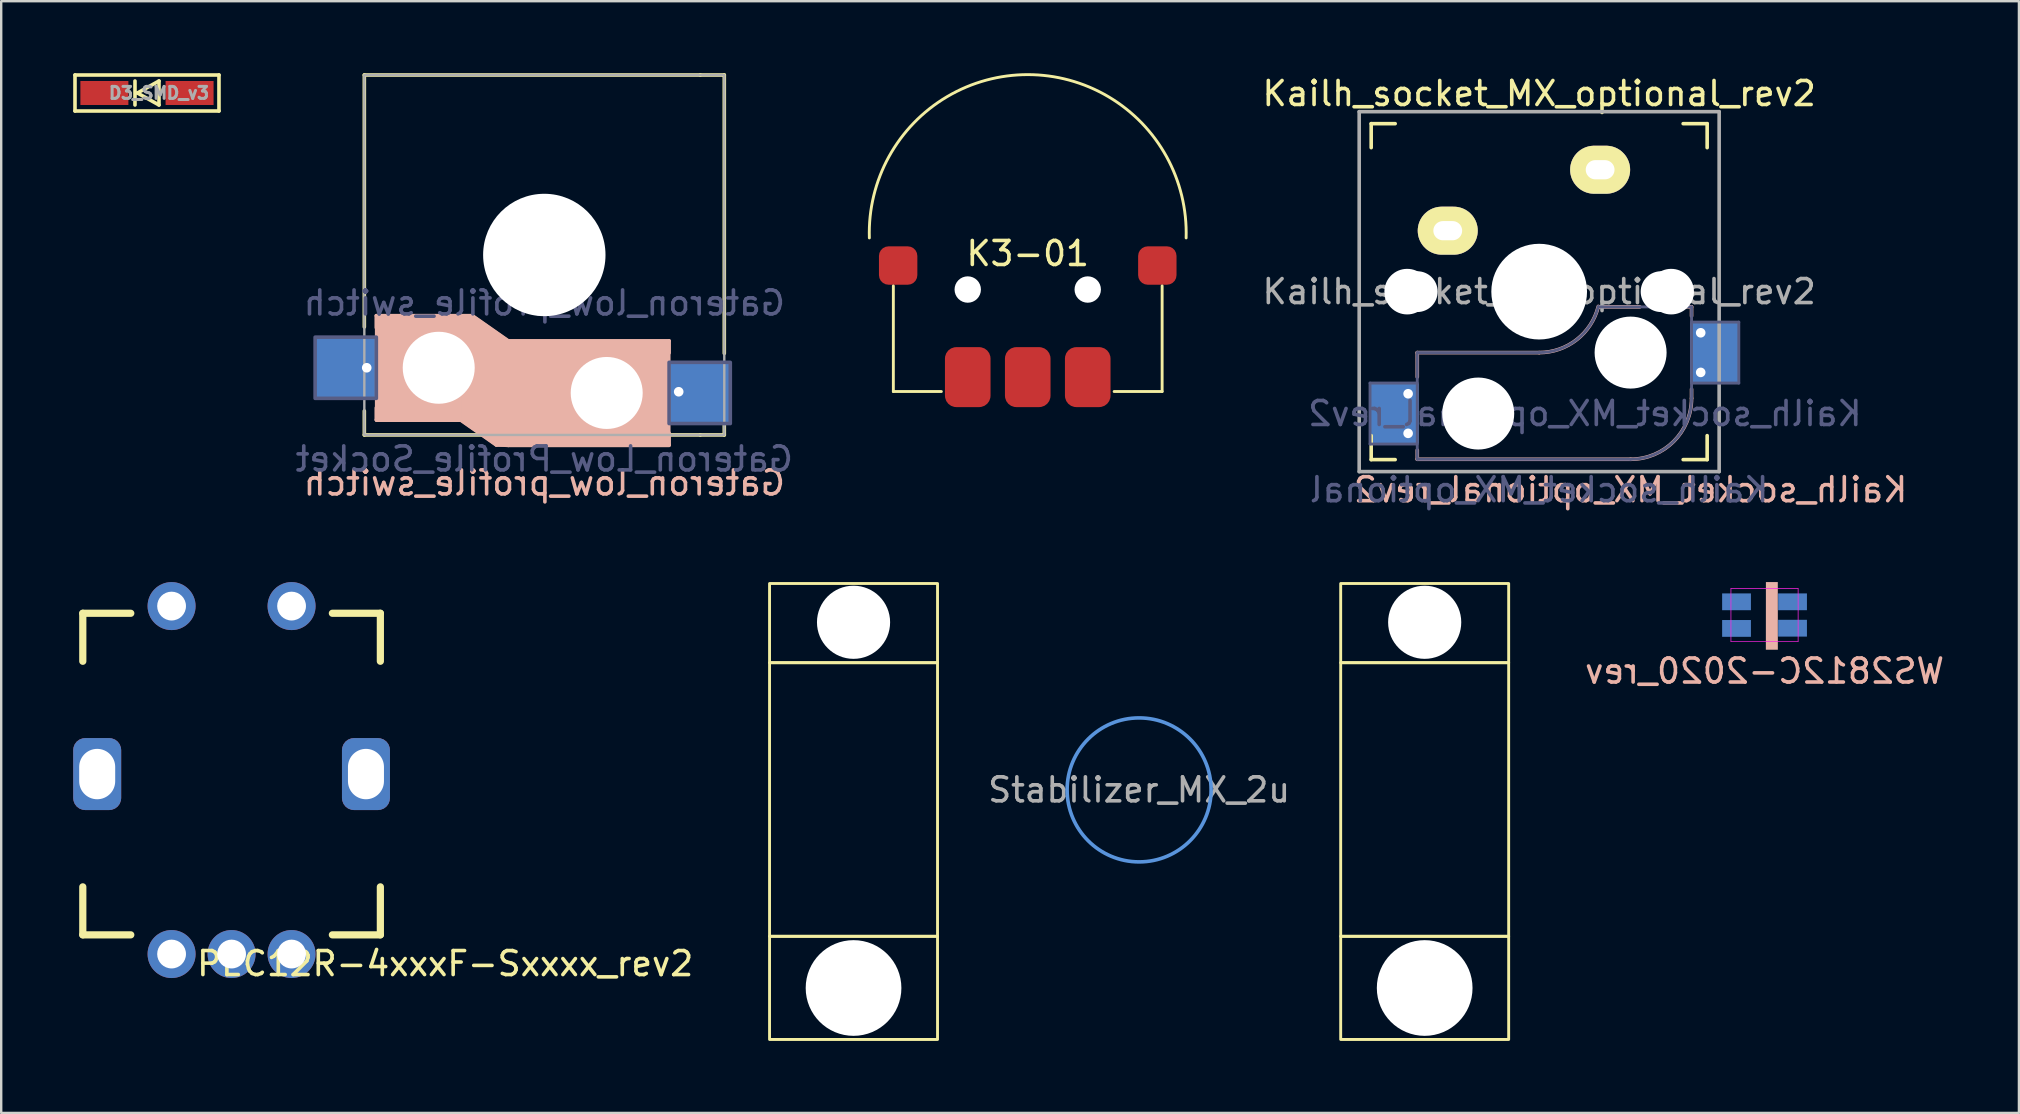
<source format=kicad_pcb>
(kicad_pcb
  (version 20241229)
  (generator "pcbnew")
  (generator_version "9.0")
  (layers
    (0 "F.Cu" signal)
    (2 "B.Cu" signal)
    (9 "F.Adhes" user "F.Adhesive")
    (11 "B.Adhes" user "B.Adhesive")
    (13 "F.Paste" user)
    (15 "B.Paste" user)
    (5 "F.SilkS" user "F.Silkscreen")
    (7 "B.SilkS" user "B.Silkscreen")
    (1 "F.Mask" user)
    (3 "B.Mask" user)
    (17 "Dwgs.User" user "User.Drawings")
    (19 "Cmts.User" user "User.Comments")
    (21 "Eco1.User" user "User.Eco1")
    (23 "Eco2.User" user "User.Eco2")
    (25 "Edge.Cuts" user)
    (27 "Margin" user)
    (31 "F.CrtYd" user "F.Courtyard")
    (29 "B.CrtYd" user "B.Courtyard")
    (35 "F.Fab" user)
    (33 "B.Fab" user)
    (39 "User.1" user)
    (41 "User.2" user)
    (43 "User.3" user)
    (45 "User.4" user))
  (footprint "Stabilizer_MX_2u"
    (layer "F.Cu")
    (at 44.418 29.866)
    (property "Reference" "Stabilizer_MX_2u" (at 0 0 0) (layer "F.Fab") (effects (font (size 1 1) (thickness 0.15))))
    (attr through_hole)
    (fp_rect (start -15.4 -5.3) (end -8.4 -8.6) (stroke (width 0.12) (type solid)) (fill no) (layer "F.SilkS"))
    (fp_rect (start -15.4 6.1) (end -8.4 10.4) (stroke (width 0.12) (type solid)) (fill no) (layer "F.SilkS"))
    (fp_rect (start -8.4 -5.3) (end -15.4 6.1) (stroke (width 0.12) (type solid)) (fill no) (layer "F.SilkS"))
    (fp_rect (start 8.4 6.1) (end 15.4 -5.3) (stroke (width 0.12) (type solid)) (fill no) (layer "F.SilkS"))
    (fp_rect (start 8.4 6.1) (end 15.4 10.4) (stroke (width 0.12) (type solid)) (fill no) (layer "F.SilkS"))
    (fp_rect (start 15.4 -5.3) (end 8.4 -8.6) (stroke (width 0.12) (type solid)) (fill no) (layer "F.SilkS"))
    (fp_circle (center 0 0) (end 3 0) (stroke (width 0.15) (type solid)) (fill no) (layer "Cmts.User"))
    (pad "" np_thru_hole circle (at -11.9 -6.985) (size 3.048 3.048) (drill 3.048) (layers "*.Cu" "*.Mask"))
    (pad "" np_thru_hole circle (at -11.9 8.255) (size 3.988 3.988) (drill 3.988) (layers "*.Cu" "*.Mask"))
    (pad "" np_thru_hole circle (at 11.9 -6.985) (size 3.048 3.048) (drill 3.048) (layers "*.Cu" "*.Mask"))
    (pad "" np_thru_hole circle (at 11.9 8.255) (size 3.988 3.988) (drill 3.988) (layers "*.Cu" "*.Mask")))
  (footprint "K3-01"
    (layer "F.Cu")
    (at 39.777 12.665)
    (property "Reference" "K3-01" (at 0 -5.15 0) (unlocked yes) (layer "F.SilkS") (effects (font (size 1 1) (thickness 0.15))))
    (attr smd)
    (fp_line (start -5.6 0.6) (end -5.6 -3.8) (stroke (width 0.12) (type solid)) (layer "F.SilkS"))
    (fp_line (start -5.6 0.6) (end -3.6 0.6) (stroke (width 0.12) (type solid)) (layer "F.SilkS"))
    (fp_line (start 5.6 0.6) (end 3.6 0.6) (stroke (width 0.12) (type solid)) (layer "F.SilkS"))
    (fp_line (start 5.6 0.6) (end 5.6 -3.8) (stroke (width 0.12) (type solid)) (layer "F.SilkS"))
    (fp_arc (start -6.599999 -5.8) (mid 0 -12.604727) (end 6.599999 -5.8) (stroke (width 0.12) (type solid)) (layer "F.SilkS"))
    (pad "" smd roundrect (at -5.4 -4.65) (size 1.6 1.6) (layers "F.Cu" "F.Mask" "F.Paste") (roundrect_rratio 0.25))
    (pad "" np_thru_hole circle (at -2.5 -3.65) (size 1.1 1.1) (drill 1.1) (layers "*.Cu" "*.Mask"))
    (pad "" np_thru_hole circle (at 2.5 -3.65) (size 1.1 1.1) (drill 1.1) (layers "*.Cu" "*.Mask"))
    (pad "a" smd roundrect (at 5.4 -4.65) (size 1.6 1.6) (layers "F.Cu" "F.Mask" "F.Paste") (roundrect_rratio 0.25))
    (pad "b" smd roundrect (at 2.5 0) (size 1.9 2.5) (layers "F.Cu" "F.Mask" "F.Paste") (roundrect_rratio 0.25))
    (pad "c" smd roundrect (at 0 0) (size 1.9 2.5) (layers "F.Cu" "F.Mask" "F.Paste") (roundrect_rratio 0.25))
    (pad "d" smd roundrect (at -2.5 0) (size 1.9 2.5) (layers "F.Cu" "F.Mask" "F.Paste") (roundrect_rratio 0.25)))
  (footprint "Kailh_socket_MX_optional_rev2"
    (layer "F.Cu")
    (at 61.089 9.103)
    (property "Reference" "Kailh_socket_MX_optional_rev2" (at 0 -8.255 0) (layer "F.SilkS") (effects (font (size 1 1) (thickness 0.15))))
    (property "Value" "Kailh_socket_MX_optional" (at 0 8.255 0) (layer "F.Fab") (hide yes) (effects (font (size 1 1) (thickness 0.15))))
    (attr through_hole)
    (fp_line (start -7 -6) (end -7 -7) (stroke (width 0.15) (type solid)) (layer "F.SilkS"))
    (fp_line (start -7 7) (end -7 6) (stroke (width 0.15) (type solid)) (layer "F.SilkS"))
    (fp_line (start -7 7) (end -6 7) (stroke (width 0.15) (type solid)) (layer "F.SilkS"))
    (fp_line (start -6 -7) (end -7 -7) (stroke (width 0.15) (type solid)) (layer "F.SilkS"))
    (fp_line (start 6 7) (end 7 7) (stroke (width 0.15) (type solid)) (layer "F.SilkS"))
    (fp_line (start 7 -7) (end 6 -7) (stroke (width 0.15) (type solid)) (layer "F.SilkS"))
    (fp_line (start 7 -7) (end 7 -6) (stroke (width 0.15) (type solid)) (layer "F.SilkS"))
    (fp_line (start 7 6) (end 7 7) (stroke (width 0.15) (type solid)) (layer "F.SilkS"))
    (fp_line (start -5.08 2.54) (end -5.08 3.556) (stroke (width 0.15) (type solid)) (layer "B.SilkS"))
    (fp_line (start -5.08 6.604) (end -5.08 6.985) (stroke (width 0.15) (type solid)) (layer "B.SilkS"))
    (fp_line (start -5.08 6.985) (end 3.81 6.985) (stroke (width 0.15) (type solid)) (layer "B.SilkS"))
    (fp_line (start 0 2.54) (end -5.08 2.54) (stroke (width 0.15) (type solid)) (layer "B.SilkS"))
    (fp_line (start 4.191 0.635) (end 2.54 0.635) (stroke (width 0.15) (type solid)) (layer "B.SilkS"))
    (fp_line (start 6.35 0.635) (end 5.969 0.635) (stroke (width 0.15) (type solid)) (layer "B.SilkS"))
    (fp_line (start 6.35 1.016) (end 6.35 0.635) (stroke (width 0.15) (type solid)) (layer "B.SilkS"))
    (fp_line (start 6.35 4.445) (end 6.35 4.064) (stroke (width 0.15) (type solid)) (layer "B.SilkS"))
    (fp_arc (start 2.464162 0.61604) (mid 1.563147 2.002042) (end 0 2.54) (stroke (width 0.15) (type solid)) (layer "B.SilkS"))
    (fp_arc (start 6.35 4.445) (mid 5.606051 6.241051) (end 3.81 6.985) (stroke (width 0.15) (type solid)) (layer "B.SilkS"))
    (fp_line (start -6.9 6.9) (end -6.9 -6.9) (stroke (width 0.15) (type solid)) (layer "Eco2.User"))
    (fp_line (start -6.9 6.9) (end 6.9 6.9) (stroke (width 0.15) (type solid)) (layer "Eco2.User"))
    (fp_line (start 6.9 -6.9) (end -6.9 -6.9) (stroke (width 0.15) (type solid)) (layer "Eco2.User"))
    (fp_line (start 6.9 -6.9) (end 6.9 6.9) (stroke (width 0.15) (type solid)) (layer "Eco2.User"))
    (fp_line (start -7.048 3.81) (end -7.048 6.35) (stroke (width 0.12) (type solid)) (layer "B.Fab"))
    (fp_line (start -7.048 6.35) (end -5.08 6.35) (stroke (width 0.12) (type solid)) (layer "B.Fab"))
    (fp_line (start -5.08 2.54) (end -5.08 6.985) (stroke (width 0.12) (type solid)) (layer "B.Fab"))
    (fp_line (start -5.08 3.81) (end -7.048 3.81) (stroke (width 0.12) (type solid)) (layer "B.Fab"))
    (fp_line (start -5.08 6.985) (end 3.81 6.985) (stroke (width 0.12) (type solid)) (layer "B.Fab"))
    (fp_line (start 0 2.54) (end -5.08 2.54) (stroke (width 0.12) (type solid)) (layer "B.Fab"))
    (fp_line (start 6.35 0.635) (end 2.54 0.635) (stroke (width 0.12) (type solid)) (layer "B.Fab"))
    (fp_line (start 6.35 3.81) (end 8.319 3.81) (stroke (width 0.12) (type solid)) (layer "B.Fab"))
    (fp_line (start 6.35 4.445) (end 6.35 0.635) (stroke (width 0.12) (type solid)) (layer "B.Fab"))
    (fp_line (start 8.319 1.27) (end 6.35 1.27) (stroke (width 0.12) (type solid)) (layer "B.Fab"))
    (fp_line (start 8.319 3.81) (end 8.319 1.27) (stroke (width 0.12) (type solid)) (layer "B.Fab"))
    (fp_arc (start 2.464162 0.61604) (mid 1.563147 2.002042) (end 0 2.54) (stroke (width 0.12) (type solid)) (layer "B.Fab"))
    (fp_arc (start 6.35 4.445) (mid 5.606051 6.241051) (end 3.81 6.985) (stroke (width 0.12) (type solid)) (layer "B.Fab"))
    (fp_line (start -7.5 -7.5) (end 7.5 -7.5) (stroke (width 0.15) (type solid)) (layer "F.Fab"))
    (fp_line (start -7.5 7.5) (end -7.5 -7.5) (stroke (width 0.15) (type solid)) (layer "F.Fab"))
    (fp_line (start 7.5 -7.5) (end 7.5 7.5) (stroke (width 0.15) (type solid)) (layer "F.Fab"))
    (fp_line (start 7.5 7.5) (end -7.5 7.5) (stroke (width 0.15) (type solid)) (layer "F.Fab"))
    (fp_text user "${REFERENCE}" (at 3.81 8.255 0) (layer "B.SilkS") (effects (font (size 1 1) (thickness 0.15)) (justify mirror)))
    (fp_text user "${REFERENCE}" (at 1.905 5.08 0) (layer "B.Fab") (effects (font (size 1 1) (thickness 0.15)) (justify mirror)))
    (fp_text user "${VALUE}" (at 0 8.255 0) (layer "B.Fab") (effects (font (size 1 1) (thickness 0.15)) (justify mirror)))
    (fp_text user "${REFERENCE}" (at 0 0 0) (layer "F.Fab") (effects (font (size 1 1) (thickness 0.15))))
    (pad "" np_thru_hole circle (at -5.5 0) (size 1.9 1.9) (drill 1.9) (layers "*.Cu" "*.Mask"))
    (pad "" np_thru_hole circle (at -5.08 0) (size 1.7 1.7) (drill 1.7) (layers "*.Cu" "*.Mask"))
    (pad "" np_thru_hole circle (at -2.54 5.08) (size 3 3) (drill 3) (layers "*.Cu" "*.Mask"))
    (pad "" np_thru_hole circle (at 0 0) (size 3.988 3.988) (drill 3.988) (layers "*.Cu" "*.Mask"))
    (pad "" np_thru_hole circle (at 3.81 2.54) (size 3 3) (drill 3) (layers "*.Cu" "*.Mask"))
    (pad "" np_thru_hole circle (at 5.08 0) (size 1.7 1.7) (drill 1.7) (layers "*.Cu" "*.Mask"))
    (pad "" np_thru_hole circle (at 5.5 0) (size 1.9 1.9) (drill 1.9) (layers "*.Cu" "*.Mask"))
    (pad "1" smd rect (at -6.015 5.08) (size 2 2.5) (layers "B.Cu" "B.Mask" "B.Paste"))
    (pad "1" thru_hole circle (at -5.461 4.255) (size 0.8 0.8) (drill 0.4) (layers "*.Cu" "*.Mask"))
    (pad "1" thru_hole circle (at -5.461 5.905) (size 0.8 0.8) (drill 0.4) (layers "*.Cu" "*.Mask"))
    (pad "1" thru_hole oval (at -3.81 -2.54) (size 2.5 2) (drill oval 1.2 0.8) (layers "*.Cu" "B.Mask" "F.SilkS"))
    (pad "2" thru_hole oval (at 2.54 -5.08) (size 2.5 2) (drill oval 1.2 0.8) (layers "*.Cu" "B.Mask" "F.SilkS"))
    (pad "2" thru_hole circle (at 6.731 1.714) (size 0.8 0.8) (drill 0.4) (layers "*.Cu" "*.Mask"))
    (pad "2" thru_hole circle (at 6.731 3.365) (size 0.8 0.8) (drill 0.4) (layers "*.Cu" "*.Mask"))
    (pad "2" smd rect (at 7.285 2.54) (size 2 2.5) (layers "B.Cu" "B.Mask" "B.Paste")))
  (footprint "PEC12R-4xxxF-Sxxxx_rev2"
    (layer "F.Cu")
    (at 6.6 29.206)
    (property "Reference" "PEC12R-4xxxF-Sxxxx_rev2" (at 8.9 7.9 0) (layer "F.SilkS") (effects (font (size 1 1) (thickness 0.15))))
    (attr through_hole)
    (fp_line (start -6.2 -6.7) (end -6.2 -4.7) (stroke (width 0.3) (type solid)) (layer "F.SilkS"))
    (fp_line (start -6.2 -6.7) (end -4.2 -6.7) (stroke (width 0.3) (type solid)) (layer "F.SilkS"))
    (fp_line (start -6.2 6.7) (end -6.2 4.7) (stroke (width 0.3) (type solid)) (layer "F.SilkS"))
    (fp_line (start -6.2 6.7) (end -4.2 6.7) (stroke (width 0.3) (type solid)) (layer "F.SilkS"))
    (fp_line (start 6.2 -6.7) (end 4.2 -6.7) (stroke (width 0.3) (type solid)) (layer "F.SilkS"))
    (fp_line (start 6.2 -6.7) (end 6.2 -4.7) (stroke (width 0.3) (type solid)) (layer "F.SilkS"))
    (fp_line (start 6.2 6.7) (end 4.2 6.7) (stroke (width 0.3) (type solid)) (layer "F.SilkS"))
    (fp_line (start 6.2 6.7) (end 6.2 4.7) (stroke (width 0.3) (type solid)) (layer "F.SilkS"))
    (pad "" thru_hole roundrect (at -5.6 0) (size 2 3) (drill oval 1.5 2.1) (layers "*.Cu" "*.Mask") (roundrect_rratio 0.25))
    (pad "" thru_hole roundrect (at 5.6 0) (size 2 3) (drill oval 1.5 2.1) (layers "*.Cu" "*.Mask") (roundrect_rratio 0.25))
    (pad "A" thru_hole circle (at -2.5 7.5) (size 2 2) (drill 1.2) (layers "*.Cu" "*.Mask"))
    (pad "B" thru_hole circle (at 2.5 7.5) (size 2 2) (drill 1.2) (layers "*.Cu" "*.Mask"))
    (pad "C" thru_hole circle (at 0 7.5) (size 2 2) (drill 1.2) (layers "*.Cu" "*.Mask"))
    (pad "S1" thru_hole circle (at -2.5 -7) (size 2 2) (drill 1.2) (layers "*.Cu" "*.Mask"))
    (pad "S2" thru_hole circle (at 2.5 -7) (size 2 2) (drill 1.2) (layers "*.Cu" "*.Mask")))
  (footprint "WS2812C-2020_rev"
    (layer "F.Cu")
    (at 70.48 22.578)
    (property "Reference" "WS2812C-2020_rev" (at 0 2.337 0) (layer "B.SilkS") (effects (font (size 1 1) (thickness 0.15)) (justify mirror)))
    (attr through_hole)
    (fp_poly (pts (xy 0.057 -1.372) (xy 0.553 -1.372) (xy 0.555 1.448) (xy 0.055 1.448)) (stroke (width 0) (type solid)) (fill yes) (layer "B.SilkS"))
    (fp_line (start -1.4 -1.1) (end 1.4 -1.1) (stroke (width 0.03) (type solid)) (layer "F.CrtYd"))
    (fp_line (start -1.4 1.1) (end -1.4 -1.1) (stroke (width 0.03) (type solid)) (layer "F.CrtYd"))
    (fp_line (start 1.4 -1.1) (end 1.4 1.1) (stroke (width 0.03) (type solid)) (layer "F.CrtYd"))
    (fp_line (start 1.4 1.1) (end -1.4 1.1) (stroke (width 0.03) (type solid)) (layer "F.CrtYd"))
    (pad "1" smd rect (at 1.167 0.55) (size 1.2 0.7) (layers "B.Cu" "B.Mask" "B.Paste"))
    (pad "2" smd rect (at 1.167 -0.55) (size 1.2 0.7) (layers "B.Cu" "B.Mask" "B.Paste"))
    (pad "3" smd rect (at -1.167 -0.55) (size 1.2 0.7) (layers "B.Cu" "B.Mask" "B.Paste"))
    (pad "4" smd rect (at -1.167 0.559) (size 1.2 0.7) (layers "B.Cu" "B.Mask" "B.Paste")))
  (footprint "Gateron_low_profile_switch"
    (layer "F.Cu")
    (at 19.632 7.575)
    (property "Reference" "Gateron_low_profile_switch" (at 0 9.5 0) (layer "B.SilkS") (effects (font (size 1 1) (thickness 0.15)) (justify mirror)))
    (property "Value" "Gateron_Low_Profile_Socket" (at 0 8.5 0) (layer "F.Fab") (hide yes) (effects (font (size 1 1) (thickness 0.15))))
    (attr smd)
    (fp_line (start -7.5 3) (end -7.5 -7.5) (stroke (width 0.15) (type solid)) (layer "F.SilkS"))
    (fp_line (start -7.5 7.5) (end -7.5 6.5) (stroke (width 0.15) (type solid)) (layer "F.SilkS"))
    (fp_line (start -7.5 7.5) (end 6.5 7.5) (stroke (width 0.15) (type solid)) (layer "F.SilkS"))
    (fp_line (start 6.5 -7.5) (end -7.5 -7.5) (stroke (width 0.15) (type solid)) (layer "F.SilkS"))
    (fp_line (start 6.5 7.5) (end 7.5 7.5) (stroke (width 0.15) (type solid)) (layer "F.SilkS"))
    (fp_line (start 7.5 -7.5) (end 6.5 -7.5) (stroke (width 0.15) (type solid)) (layer "F.SilkS"))
    (fp_line (start 7.5 -7.5) (end 7.5 4.1) (stroke (width 0.15) (type solid)) (layer "F.SilkS"))
    (fp_line (start 7.5 7.1) (end 7.5 7.5) (stroke (width 0.15) (type solid)) (layer "F.SilkS"))
    (fp_line (start -7 2.53) (end -7 3.03) (stroke (width 0.15) (type solid)) (layer "B.SilkS"))
    (fp_line (start -7 2.53) (end -3 2.53) (stroke (width 0.15) (type solid)) (layer "B.SilkS"))
    (fp_line (start -7 6.37) (end -7 6.87) (stroke (width 0.15) (type solid)) (layer "B.SilkS"))
    (fp_line (start -7 6.87) (end -3.5 6.87) (stroke (width 0.15) (type solid)) (layer "B.SilkS"))
    (fp_line (start -2 7.92) (end -3.5 6.87) (stroke (width 0.15) (type solid)) (layer "B.SilkS"))
    (fp_line (start -2 7.92) (end 5.2 7.92) (stroke (width 0.15) (type solid)) (layer "B.SilkS"))
    (fp_line (start -1.5 3.58) (end -3 2.53) (stroke (width 0.15) (type solid)) (layer "B.SilkS"))
    (fp_line (start -1.5 3.58) (end 5.2 3.58) (stroke (width 0.15) (type solid)) (layer "B.SilkS"))
    (fp_line (start 5.2 3.58) (end 5.2 4.08) (stroke (width 0.15) (type solid)) (layer "B.SilkS"))
    (fp_line (start 5.2 7.92) (end 5.2 7.42) (stroke (width 0.15) (type solid)) (layer "B.SilkS"))
    (fp_rect (start -7 2.53) (end -3.1 6.9) (stroke (width 0.12) (type solid)) (fill yes) (layer "B.SilkS"))
    (fp_rect (start -3.5 3.6) (end -1.5 6.9) (stroke (width 0.12) (type solid)) (fill yes) (layer "B.SilkS"))
    (fp_rect (start -1.5 3.58) (end 5.2 7.95) (stroke (width 0.12) (type solid)) (fill yes) (layer "B.SilkS"))
    (fp_poly (pts (xy -3 2.53) (xy -1.5 3.58) (xy -3 3.6)) (stroke (width 0.12) (type solid)) (fill yes) (layer "B.SilkS"))
    (fp_poly (pts (xy -3.5 6.87) (xy -2 7.92) (xy -1.5 7.95) (xy -1.4 6.5)) (stroke (width 0.12) (type solid)) (fill yes) (layer "B.SilkS"))
    (fp_rect (start -7 -7) (end 7 7) (stroke (width 0.12) (type solid)) (fill no) (layer "Eco2.User"))
    (fp_rect (start -7 3.425) (end -9.55 5.975) (stroke (width 0.15) (type solid)) (fill no) (layer "B.Fab"))
    (fp_rect (start 7.75 4.475) (end 5.2 7.025) (stroke (width 0.15) (type solid)) (fill no) (layer "B.Fab"))
    (fp_rect (start -7.5 -7.5) (end 7.5 7.5) (stroke (width 0.1) (type solid)) (fill no) (layer "F.Fab"))
    (fp_text user "${REFERENCE}" (at 0 2 0) (layer "B.Fab") (effects (font (size 1 1) (thickness 0.15)) (justify mirror)))
    (fp_text user "${VALUE}" (at 0 8.5 0) (layer "B.Fab") (effects (font (size 1 1) (thickness 0.15)) (justify mirror)))
    (pad "" np_thru_hole circle (at -4.4 4.7) (size 3 3) (drill 3) (layers "*.Cu" "*.Mask"))
    (pad "" np_thru_hole circle (at 0 0) (size 5.1 5.1) (drill 5.1) (layers "*.Cu" "*.Mask"))
    (pad "" np_thru_hole circle (at 2.6 5.75) (size 3 3) (drill 3) (layers "*.Cu" "*.Mask"))
    (pad "1" smd rect (at -8.275 4.7) (size 2.55 2.55) (layers "B.Cu" "B.Mask" "B.Paste"))
    (pad "1" thru_hole circle (at -7.4 4.7) (size 0.7 0.7) (drill 0.4) (layers "*.Cu" "*.Mask"))
    (pad "2" thru_hole circle (at 5.6 5.7) (size 0.7 0.7) (drill 0.4) (layers "*.Cu" "*.Mask"))
    (pad "2" smd rect (at 6.475 5.75) (size 2.55 2.55) (layers "B.Cu" "B.Mask" "B.Paste")))
  (footprint "D3_SMD_v3"
    (layer "F.Cu")
    (at 3.075 0.825)
    (property "Reference" "D3_SMD_v3" (at 0.5 0 0) (layer "F.Fab") (effects (font (size 0.5 0.5) (thickness 0.125))))
    (attr through_hole)
    (fp_line (start -3 -0.75) (end -3 0.75) (stroke (width 0.15) (type solid)) (layer "F.SilkS"))
    (fp_line (start -3 0.75) (end 3 0.75) (stroke (width 0.15) (type solid)) (layer "F.SilkS"))
    (fp_line (start -0.5 -0.5) (end -0.5 0.5) (stroke (width 0.15) (type solid)) (layer "F.SilkS"))
    (fp_line (start -0.4 0) (end 0.5 -0.5) (stroke (width 0.15) (type solid)) (layer "F.SilkS"))
    (fp_line (start 0.5 -0.5) (end 0.5 0.5) (stroke (width 0.15) (type solid)) (layer "F.SilkS"))
    (fp_line (start 0.5 0.5) (end -0.4 0) (stroke (width 0.15) (type solid)) (layer "F.SilkS"))
    (fp_line (start 3 -0.75) (end -3 -0.75) (stroke (width 0.15) (type solid)) (layer "F.SilkS"))
    (fp_line (start 3 -0.75) (end 3 0.75) (stroke (width 0.15) (type solid)) (layer "F.SilkS"))
    (pad "1" smd rect (at -1.775 0) (size 2 1) (layers "F.Cu" "F.Mask" "F.Paste"))
    (pad "2" smd rect (at 1.775 0) (size 2 1) (layers "F.Cu" "F.Mask" "F.Paste")))
  (gr_rect
    (start -3 -3)
    (end 81.081 43.327)
    (stroke (width 0.1) (type default))
    (fill no)
    (layer "Edge.Cuts")))
</source>
